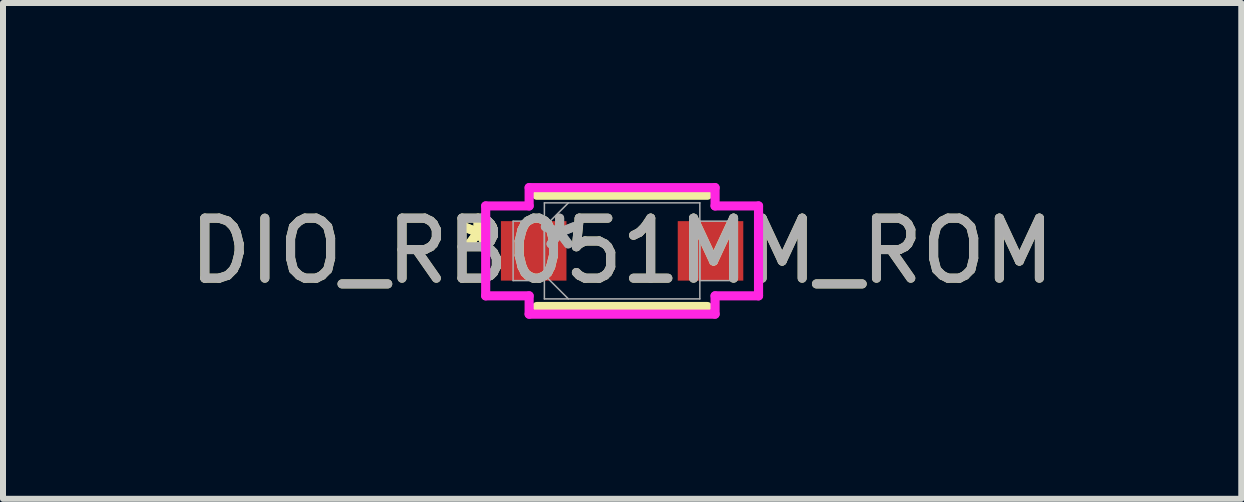
<source format=kicad_pcb>
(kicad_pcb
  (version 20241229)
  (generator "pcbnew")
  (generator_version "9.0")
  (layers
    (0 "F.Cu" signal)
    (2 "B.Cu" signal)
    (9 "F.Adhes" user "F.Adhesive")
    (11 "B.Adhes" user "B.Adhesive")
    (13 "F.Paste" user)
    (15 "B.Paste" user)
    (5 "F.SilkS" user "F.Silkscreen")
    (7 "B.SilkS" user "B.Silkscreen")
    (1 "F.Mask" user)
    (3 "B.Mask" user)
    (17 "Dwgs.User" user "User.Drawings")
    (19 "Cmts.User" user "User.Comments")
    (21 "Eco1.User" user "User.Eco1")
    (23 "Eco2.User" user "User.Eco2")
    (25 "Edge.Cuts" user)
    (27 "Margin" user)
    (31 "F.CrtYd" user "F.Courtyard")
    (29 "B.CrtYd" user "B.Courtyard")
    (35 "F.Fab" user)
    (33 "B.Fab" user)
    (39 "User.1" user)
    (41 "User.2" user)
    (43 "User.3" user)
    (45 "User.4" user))
  (footprint "DIO_RB051MM_ROM"
    (layer "F.Cu")
    (at 7.315 1.13)
    (property "Reference" "DIO_RB051MM_ROM" (at 0 0 0) (unlocked yes) (layer "F.SilkS") (effects (font (size 1 1) (thickness 0.15))))
    (attr smd)
    (fp_line (start -1.422 0.927) (end 1.422 0.927) (stroke (width 0.152) (type solid)) (layer "F.SilkS"))
    (fp_line (start 1.422 -0.927) (end -1.422 -0.927) (stroke (width 0.152) (type solid)) (layer "F.SilkS"))
    (fp_line (start -2.273 -0.749) (end -1.549 -0.749) (stroke (width 0.152) (type solid)) (layer "F.CrtYd"))
    (fp_line (start -2.273 0.749) (end -2.273 -0.749) (stroke (width 0.152) (type solid)) (layer "F.CrtYd"))
    (fp_line (start -1.549 -1.054) (end 1.549 -1.054) (stroke (width 0.152) (type solid)) (layer "F.CrtYd"))
    (fp_line (start -1.549 -0.749) (end -1.549 -1.054) (stroke (width 0.152) (type solid)) (layer "F.CrtYd"))
    (fp_line (start -1.549 0.749) (end -2.273 0.749) (stroke (width 0.152) (type solid)) (layer "F.CrtYd"))
    (fp_line (start -1.549 1.054) (end -1.549 0.749) (stroke (width 0.152) (type solid)) (layer "F.CrtYd"))
    (fp_line (start 1.549 -1.054) (end 1.549 -0.749) (stroke (width 0.152) (type solid)) (layer "F.CrtYd"))
    (fp_line (start 1.549 -0.749) (end 2.273 -0.749) (stroke (width 0.152) (type solid)) (layer "F.CrtYd"))
    (fp_line (start 1.549 0.749) (end 1.549 1.054) (stroke (width 0.152) (type solid)) (layer "F.CrtYd"))
    (fp_line (start 1.549 1.054) (end -1.549 1.054) (stroke (width 0.152) (type solid)) (layer "F.CrtYd"))
    (fp_line (start 2.273 -0.749) (end 2.273 0.749) (stroke (width 0.152) (type solid)) (layer "F.CrtYd"))
    (fp_line (start 2.273 0.749) (end 1.549 0.749) (stroke (width 0.152) (type solid)) (layer "F.CrtYd"))
    (fp_line (start -1.816 -0.495) (end -1.816 0.495) (stroke (width 0.025) (type solid)) (layer "F.Fab"))
    (fp_line (start -1.816 0.495) (end -1.295 0.495) (stroke (width 0.025) (type solid)) (layer "F.Fab"))
    (fp_line (start -1.295 -0.8) (end -1.295 0.8) (stroke (width 0.025) (type solid)) (layer "F.Fab"))
    (fp_line (start -1.295 -0.495) (end -1.816 -0.495) (stroke (width 0.025) (type solid)) (layer "F.Fab"))
    (fp_line (start -1.295 -0.4) (end -0.895 -0.8) (stroke (width 0.025) (type solid)) (layer "F.Fab"))
    (fp_line (start -1.295 0.4) (end -0.895 0.8) (stroke (width 0.025) (type solid)) (layer "F.Fab"))
    (fp_line (start -1.295 0.495) (end -1.295 -0.495) (stroke (width 0.025) (type solid)) (layer "F.Fab"))
    (fp_line (start -1.295 0.8) (end 1.295 0.8) (stroke (width 0.025) (type solid)) (layer "F.Fab"))
    (fp_line (start 1.295 -0.8) (end -1.295 -0.8) (stroke (width 0.025) (type solid)) (layer "F.Fab"))
    (fp_line (start 1.295 -0.495) (end 1.295 0.495) (stroke (width 0.025) (type solid)) (layer "F.Fab"))
    (fp_line (start 1.295 0.495) (end 1.816 0.495) (stroke (width 0.025) (type solid)) (layer "F.Fab"))
    (fp_line (start 1.295 0.8) (end 1.295 -0.8) (stroke (width 0.025) (type solid)) (layer "F.Fab"))
    (fp_line (start 1.816 -0.495) (end 1.295 -0.495) (stroke (width 0.025) (type solid)) (layer "F.Fab"))
    (fp_line (start 1.816 0.495) (end 1.816 -0.495) (stroke (width 0.025) (type solid)) (layer "F.Fab"))
    (fp_text user "*" (at -2.4 0 0) (layer "F.SilkS") (effects (font (size 1 1) (thickness 0.15))))
    (fp_text user "*" (at -2.4 0 0) (unlocked yes) (layer "F.SilkS") (effects (font (size 1 1) (thickness 0.15))))
    (fp_text user "${REFERENCE}" (at 0 0 0) (unlocked yes) (layer "F.Fab") (effects (font (size 1 1) (thickness 0.15))))
    (fp_text user "*" (at -1.041 0 0) (unlocked yes) (layer "F.Fab") (effects (font (size 1 1) (thickness 0.15))))
    (fp_text user "*" (at -1.041 0 0) (layer "F.Fab") (effects (font (size 1 1) (thickness 0.15))))
    (pad "1" smd rect (at -1.473 0) (size 1.092 0.991) (layers "F.Cu" "F.Mask" "F.Paste"))
    (pad "2" smd rect (at 1.473 0) (size 1.092 0.991) (layers "F.Cu" "F.Mask" "F.Paste"))
    (zone (net_name "") (layer "F.Cu") (hatch full 0.508) (connect_pads) (min_thickness 0.254) (filled_areas_thickness no) (keepout (tracks not_allowed) (vias not_allowed) (pads allowed) (copperpour not_allowed) (footprints allowed)) (placement (enabled no)) (fill) (polygon (pts (xy 6.439 0.381) (xy 8.192 0.381) (xy 8.192 1.88) (xy 6.439 1.88)))))
  (gr_rect
    (start -3 -3)
    (end 17.631 5.261)
    (stroke (width 0.1) (type default))
    (fill no)
    (layer "Edge.Cuts")))
</source>
